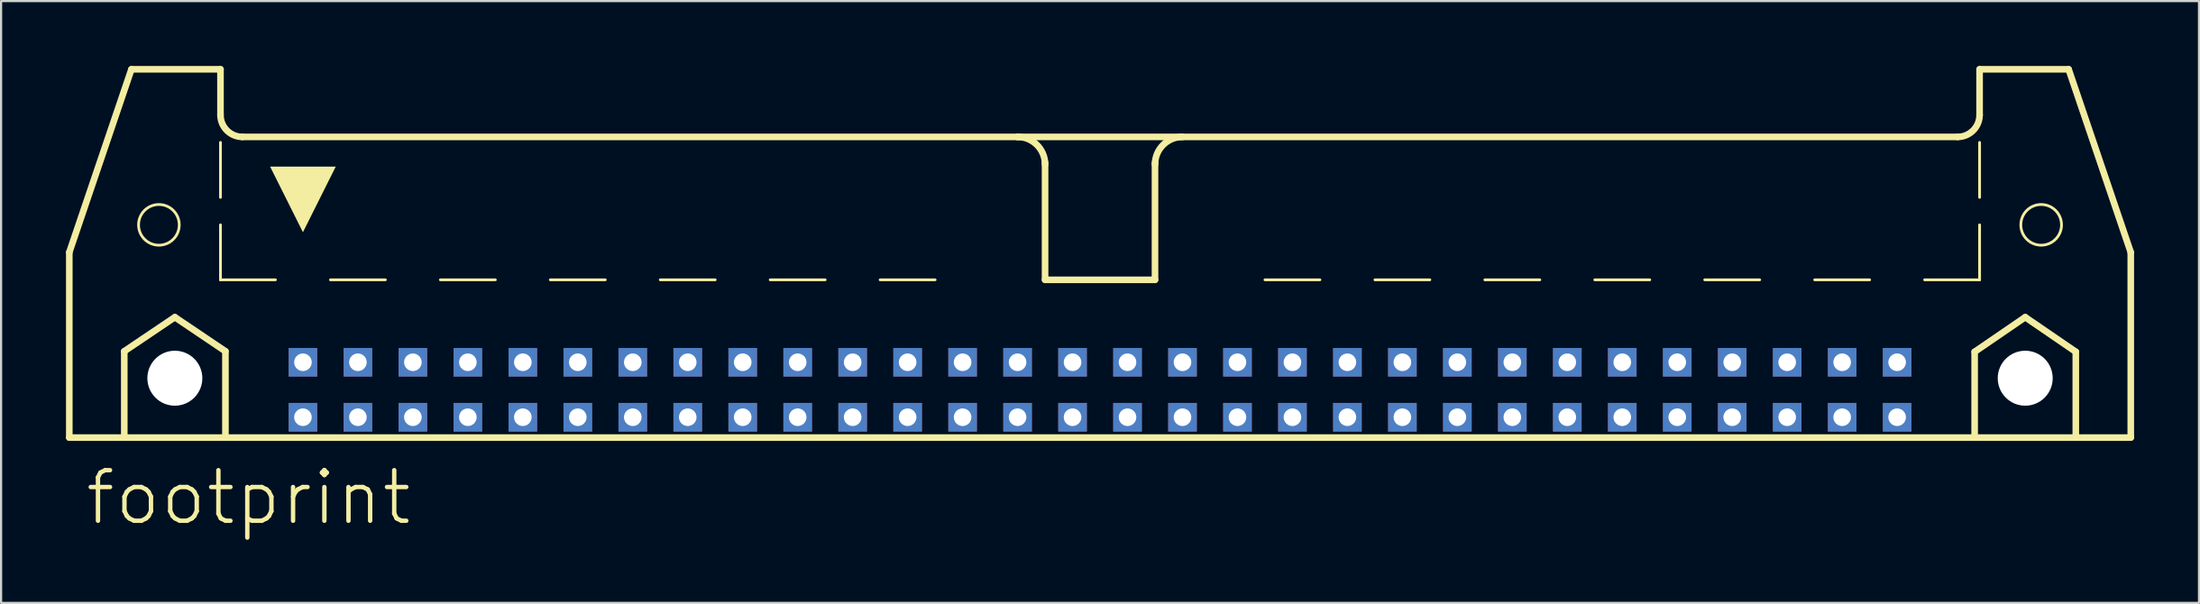
<source format=kicad_pcb>
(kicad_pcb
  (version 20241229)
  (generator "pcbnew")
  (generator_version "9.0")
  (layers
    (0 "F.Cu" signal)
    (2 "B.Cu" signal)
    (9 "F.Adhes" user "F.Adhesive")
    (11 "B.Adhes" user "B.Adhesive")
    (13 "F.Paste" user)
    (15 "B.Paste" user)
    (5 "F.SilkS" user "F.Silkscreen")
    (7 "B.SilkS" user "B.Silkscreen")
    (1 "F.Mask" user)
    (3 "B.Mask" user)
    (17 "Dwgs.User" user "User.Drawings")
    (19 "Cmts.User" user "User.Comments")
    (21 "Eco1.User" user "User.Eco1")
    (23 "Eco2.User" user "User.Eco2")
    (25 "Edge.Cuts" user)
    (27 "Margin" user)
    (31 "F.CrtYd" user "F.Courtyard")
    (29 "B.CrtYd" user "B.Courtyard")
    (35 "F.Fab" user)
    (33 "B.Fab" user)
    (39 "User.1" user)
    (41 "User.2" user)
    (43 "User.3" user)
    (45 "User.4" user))
  (footprint "footprint"
    (layer "F.Cu")
    (at 47.777 11.151)
    (property "Reference" "footprint" (at -46.99 10.16 0) (layer "F.SilkS") (effects (font (size 2.337 2.337) (thickness 0.203)) (justify left bottom)))
    (fp_line (start -47.625 -2.54) (end -47.625 6.02) (stroke (width 0.305) (type solid)) (layer "F.SilkS"))
    (fp_line (start -47.625 -2.54) (end -44.755 -10.998) (stroke (width 0.305) (type solid)) (layer "F.SilkS"))
    (fp_line (start -47.625 6.02) (end -45.085 6.02) (stroke (width 0.305) (type solid)) (layer "F.SilkS"))
    (fp_line (start -45.085 2.032) (end -42.748 0.457) (stroke (width 0.305) (type solid)) (layer "F.SilkS"))
    (fp_line (start -45.085 6.02) (end -45.085 2.032) (stroke (width 0.305) (type solid)) (layer "F.SilkS"))
    (fp_line (start -45.085 6.02) (end -40.411 6.02) (stroke (width 0.305) (type solid)) (layer "F.SilkS"))
    (fp_line (start -42.748 0.457) (end -40.411 2.032) (stroke (width 0.305) (type solid)) (layer "F.SilkS"))
    (fp_line (start -40.64 -10.998) (end -44.755 -10.998) (stroke (width 0.305) (type solid)) (layer "F.SilkS"))
    (fp_line (start -40.64 -8.89) (end -40.64 -10.998) (stroke (width 0.305) (type solid)) (layer "F.SilkS"))
    (fp_line (start -40.64 -5.08) (end -40.64 -7.62) (stroke (width 0.127) (type solid)) (layer "F.SilkS"))
    (fp_line (start -40.64 -1.27) (end -40.64 -3.81) (stroke (width 0.127) (type solid)) (layer "F.SilkS"))
    (fp_line (start -40.64 -1.27) (end -38.1 -1.27) (stroke (width 0.127) (type solid)) (layer "F.SilkS"))
    (fp_line (start -40.411 2.032) (end -40.411 6.02) (stroke (width 0.305) (type solid)) (layer "F.SilkS"))
    (fp_line (start -40.411 6.02) (end 40.411 6.02) (stroke (width 0.305) (type solid)) (layer "F.SilkS"))
    (fp_line (start -35.56 -1.27) (end -33.02 -1.27) (stroke (width 0.127) (type solid)) (layer "F.SilkS"))
    (fp_line (start -30.48 -1.27) (end -27.94 -1.27) (stroke (width 0.127) (type solid)) (layer "F.SilkS"))
    (fp_line (start -25.4 -1.27) (end -22.86 -1.27) (stroke (width 0.127) (type solid)) (layer "F.SilkS"))
    (fp_line (start -20.32 -1.27) (end -17.78 -1.27) (stroke (width 0.127) (type solid)) (layer "F.SilkS"))
    (fp_line (start -12.7 -1.27) (end -15.24 -1.27) (stroke (width 0.127) (type solid)) (layer "F.SilkS"))
    (fp_line (start -7.62 -1.27) (end -10.16 -1.27) (stroke (width 0.127) (type solid)) (layer "F.SilkS"))
    (fp_line (start -3.81 -7.874) (end -39.624 -7.874) (stroke (width 0.305) (type solid)) (layer "F.SilkS"))
    (fp_line (start -3.81 -7.874) (end 39.624 -7.874) (stroke (width 0.305) (type solid)) (layer "F.SilkS"))
    (fp_line (start -2.54 -1.27) (end -2.54 -6.68) (stroke (width 0.305) (type solid)) (layer "F.SilkS"))
    (fp_line (start 2.54 -1.27) (end -2.54 -1.27) (stroke (width 0.305) (type solid)) (layer "F.SilkS"))
    (fp_line (start 2.54 -1.27) (end 2.54 -6.68) (stroke (width 0.305) (type solid)) (layer "F.SilkS"))
    (fp_line (start 7.62 -1.27) (end 10.16 -1.27) (stroke (width 0.127) (type solid)) (layer "F.SilkS"))
    (fp_line (start 12.7 -1.27) (end 15.24 -1.27) (stroke (width 0.127) (type solid)) (layer "F.SilkS"))
    (fp_line (start 20.32 -1.27) (end 17.78 -1.27) (stroke (width 0.127) (type solid)) (layer "F.SilkS"))
    (fp_line (start 25.4 -1.27) (end 22.86 -1.27) (stroke (width 0.127) (type solid)) (layer "F.SilkS"))
    (fp_line (start 30.48 -1.27) (end 27.94 -1.27) (stroke (width 0.127) (type solid)) (layer "F.SilkS"))
    (fp_line (start 35.56 -1.27) (end 33.02 -1.27) (stroke (width 0.127) (type solid)) (layer "F.SilkS"))
    (fp_line (start 40.411 2.057) (end 42.748 0.457) (stroke (width 0.305) (type solid)) (layer "F.SilkS"))
    (fp_line (start 40.411 6.02) (end 40.411 2.057) (stroke (width 0.305) (type solid)) (layer "F.SilkS"))
    (fp_line (start 40.411 6.02) (end 45.085 6.02) (stroke (width 0.305) (type solid)) (layer "F.SilkS"))
    (fp_line (start 40.64 -10.998) (end 44.755 -10.998) (stroke (width 0.305) (type solid)) (layer "F.SilkS"))
    (fp_line (start 40.64 -8.89) (end 40.64 -10.998) (stroke (width 0.305) (type solid)) (layer "F.SilkS"))
    (fp_line (start 40.64 -5.08) (end 40.64 -7.62) (stroke (width 0.127) (type solid)) (layer "F.SilkS"))
    (fp_line (start 40.64 -1.27) (end 38.1 -1.27) (stroke (width 0.127) (type solid)) (layer "F.SilkS"))
    (fp_line (start 40.64 -1.27) (end 40.64 -3.81) (stroke (width 0.127) (type solid)) (layer "F.SilkS"))
    (fp_line (start 42.748 0.457) (end 45.085 2.057) (stroke (width 0.305) (type solid)) (layer "F.SilkS"))
    (fp_line (start 45.085 2.057) (end 45.085 6.02) (stroke (width 0.305) (type solid)) (layer "F.SilkS"))
    (fp_line (start 45.085 6.02) (end 47.625 6.02) (stroke (width 0.305) (type solid)) (layer "F.SilkS"))
    (fp_line (start 47.625 -2.54) (end 44.755 -10.998) (stroke (width 0.305) (type solid)) (layer "F.SilkS"))
    (fp_line (start 47.625 6.02) (end 47.625 -2.54) (stroke (width 0.305) (type solid)) (layer "F.SilkS"))
    (fp_arc (start -39.624 -7.874) (mid -40.34242 -8.17158) (end -40.64 -8.89) (stroke (width 0.3048) (type solid)) (layer "F.SilkS"))
    (fp_arc (start -3.81 -7.874) (mid -2.911974 -7.502026) (end -2.54 -6.604) (stroke (width 0.3048) (type solid)) (layer "F.SilkS"))
    (fp_arc (start 2.54 -6.604) (mid 2.911974 -7.502026) (end 3.81 -7.874) (stroke (width 0.3048) (type solid)) (layer "F.SilkS"))
    (fp_arc (start 40.64 -8.89) (mid 40.34242 -8.17158) (end 39.624 -7.874) (stroke (width 0.3048) (type solid)) (layer "F.SilkS"))
    (fp_circle (center -43.485 -3.81) (end -42.545 -3.81) (stroke (width 0.127) (type solid)) (fill no) (layer "F.SilkS"))
    (fp_circle (center 43.485 -3.81) (end 44.425 -3.81) (stroke (width 0.127) (type solid)) (fill no) (layer "F.SilkS"))
    (fp_poly (pts (xy -36.83 -3.469) (xy -38.347 -6.502) (xy -35.313 -6.502)) (stroke (width 0) (type solid)) (fill yes) (layer "F.SilkS"))
    (pad "" np_thru_hole circle (at -42.748 3.277) (size 2.54 2.54) (drill 2.54) (layers "*.Cu" "*.Mask"))
    (pad "" np_thru_hole circle (at 42.748 3.277) (size 2.54 2.54) (drill 2.54) (layers "*.Cu" "*.Mask"))
    (pad "1" thru_hole rect (at -36.83 5.08) (size 1.321 1.321) (drill 0.813) (layers "*.Cu" "*.Mask"))
    (pad "2" thru_hole rect (at -36.83 2.54) (size 1.321 1.321) (drill 0.813) (layers "*.Cu" "*.Mask"))
    (pad "3" thru_hole rect (at -34.29 5.08) (size 1.321 1.321) (drill 0.813) (layers "*.Cu" "*.Mask"))
    (pad "4" thru_hole rect (at -34.29 2.54) (size 1.321 1.321) (drill 0.813) (layers "*.Cu" "*.Mask"))
    (pad "5" thru_hole rect (at -31.75 5.08) (size 1.321 1.321) (drill 0.813) (layers "*.Cu" "*.Mask"))
    (pad "6" thru_hole rect (at -31.75 2.54) (size 1.321 1.321) (drill 0.813) (layers "*.Cu" "*.Mask"))
    (pad "7" thru_hole rect (at -29.21 5.08) (size 1.321 1.321) (drill 0.813) (layers "*.Cu" "*.Mask"))
    (pad "8" thru_hole rect (at -29.21 2.54) (size 1.321 1.321) (drill 0.813) (layers "*.Cu" "*.Mask"))
    (pad "9" thru_hole rect (at -26.67 5.08) (size 1.321 1.321) (drill 0.813) (layers "*.Cu" "*.Mask"))
    (pad "10" thru_hole rect (at -26.67 2.54) (size 1.321 1.321) (drill 0.813) (layers "*.Cu" "*.Mask"))
    (pad "11" thru_hole rect (at -24.13 5.08) (size 1.321 1.321) (drill 0.813) (layers "*.Cu" "*.Mask"))
    (pad "12" thru_hole rect (at -24.13 2.54) (size 1.321 1.321) (drill 0.813) (layers "*.Cu" "*.Mask"))
    (pad "13" thru_hole rect (at -21.59 5.08) (size 1.321 1.321) (drill 0.813) (layers "*.Cu" "*.Mask"))
    (pad "14" thru_hole rect (at -21.59 2.54) (size 1.321 1.321) (drill 0.813) (layers "*.Cu" "*.Mask"))
    (pad "15" thru_hole rect (at -19.05 5.08) (size 1.321 1.321) (drill 0.813) (layers "*.Cu" "*.Mask"))
    (pad "16" thru_hole rect (at -19.05 2.54) (size 1.321 1.321) (drill 0.813) (layers "*.Cu" "*.Mask"))
    (pad "17" thru_hole rect (at -16.51 5.08) (size 1.321 1.321) (drill 0.813) (layers "*.Cu" "*.Mask"))
    (pad "18" thru_hole rect (at -16.51 2.54) (size 1.321 1.321) (drill 0.813) (layers "*.Cu" "*.Mask"))
    (pad "19" thru_hole rect (at -13.97 5.08) (size 1.321 1.321) (drill 0.813) (layers "*.Cu" "*.Mask"))
    (pad "20" thru_hole rect (at -13.97 2.54) (size 1.321 1.321) (drill 0.813) (layers "*.Cu" "*.Mask"))
    (pad "21" thru_hole rect (at -11.43 5.08) (size 1.321 1.321) (drill 0.813) (layers "*.Cu" "*.Mask"))
    (pad "22" thru_hole rect (at -11.43 2.54) (size 1.321 1.321) (drill 0.813) (layers "*.Cu" "*.Mask"))
    (pad "23" thru_hole rect (at -8.89 5.08) (size 1.321 1.321) (drill 0.813) (layers "*.Cu" "*.Mask"))
    (pad "24" thru_hole rect (at -8.89 2.54) (size 1.321 1.321) (drill 0.813) (layers "*.Cu" "*.Mask"))
    (pad "25" thru_hole rect (at -6.35 5.08) (size 1.321 1.321) (drill 0.813) (layers "*.Cu" "*.Mask"))
    (pad "26" thru_hole rect (at -6.35 2.54) (size 1.321 1.321) (drill 0.813) (layers "*.Cu" "*.Mask"))
    (pad "27" thru_hole rect (at -3.81 5.08) (size 1.321 1.321) (drill 0.813) (layers "*.Cu" "*.Mask"))
    (pad "28" thru_hole rect (at -3.81 2.54) (size 1.321 1.321) (drill 0.813) (layers "*.Cu" "*.Mask"))
    (pad "29" thru_hole rect (at -1.27 5.08) (size 1.321 1.321) (drill 0.813) (layers "*.Cu" "*.Mask"))
    (pad "30" thru_hole rect (at -1.27 2.54) (size 1.321 1.321) (drill 0.813) (layers "*.Cu" "*.Mask"))
    (pad "31" thru_hole rect (at 1.27 5.08) (size 1.321 1.321) (drill 0.813) (layers "*.Cu" "*.Mask"))
    (pad "32" thru_hole rect (at 1.27 2.54) (size 1.321 1.321) (drill 0.813) (layers "*.Cu" "*.Mask"))
    (pad "33" thru_hole rect (at 3.81 5.08) (size 1.321 1.321) (drill 0.813) (layers "*.Cu" "*.Mask"))
    (pad "34" thru_hole rect (at 3.81 2.54) (size 1.321 1.321) (drill 0.813) (layers "*.Cu" "*.Mask"))
    (pad "35" thru_hole rect (at 6.35 5.08) (size 1.321 1.321) (drill 0.813) (layers "*.Cu" "*.Mask"))
    (pad "36" thru_hole rect (at 6.35 2.54) (size 1.321 1.321) (drill 0.813) (layers "*.Cu" "*.Mask"))
    (pad "37" thru_hole rect (at 8.89 5.08) (size 1.321 1.321) (drill 0.813) (layers "*.Cu" "*.Mask"))
    (pad "38" thru_hole rect (at 8.89 2.54) (size 1.321 1.321) (drill 0.813) (layers "*.Cu" "*.Mask"))
    (pad "39" thru_hole rect (at 11.43 5.08) (size 1.321 1.321) (drill 0.813) (layers "*.Cu" "*.Mask"))
    (pad "40" thru_hole rect (at 11.43 2.54) (size 1.321 1.321) (drill 0.813) (layers "*.Cu" "*.Mask"))
    (pad "41" thru_hole rect (at 13.97 5.08) (size 1.321 1.321) (drill 0.813) (layers "*.Cu" "*.Mask"))
    (pad "42" thru_hole rect (at 13.97 2.54) (size 1.321 1.321) (drill 0.813) (layers "*.Cu" "*.Mask"))
    (pad "43" thru_hole rect (at 16.51 5.08) (size 1.321 1.321) (drill 0.813) (layers "*.Cu" "*.Mask"))
    (pad "44" thru_hole rect (at 16.51 2.54) (size 1.321 1.321) (drill 0.813) (layers "*.Cu" "*.Mask"))
    (pad "45" thru_hole rect (at 19.05 5.08) (size 1.321 1.321) (drill 0.813) (layers "*.Cu" "*.Mask"))
    (pad "46" thru_hole rect (at 19.05 2.54) (size 1.321 1.321) (drill 0.813) (layers "*.Cu" "*.Mask"))
    (pad "47" thru_hole rect (at 21.59 5.08) (size 1.321 1.321) (drill 0.813) (layers "*.Cu" "*.Mask"))
    (pad "48" thru_hole rect (at 21.59 2.54) (size 1.321 1.321) (drill 0.813) (layers "*.Cu" "*.Mask"))
    (pad "49" thru_hole rect (at 24.13 5.08) (size 1.321 1.321) (drill 0.813) (layers "*.Cu" "*.Mask"))
    (pad "50" thru_hole rect (at 24.13 2.54) (size 1.321 1.321) (drill 0.813) (layers "*.Cu" "*.Mask"))
    (pad "51" thru_hole rect (at 26.67 5.08) (size 1.321 1.321) (drill 0.813) (layers "*.Cu" "*.Mask"))
    (pad "52" thru_hole rect (at 26.67 2.54) (size 1.321 1.321) (drill 0.813) (layers "*.Cu" "*.Mask"))
    (pad "53" thru_hole rect (at 29.21 5.08) (size 1.321 1.321) (drill 0.813) (layers "*.Cu" "*.Mask"))
    (pad "54" thru_hole rect (at 29.21 2.54) (size 1.321 1.321) (drill 0.813) (layers "*.Cu" "*.Mask"))
    (pad "55" thru_hole rect (at 31.75 5.08) (size 1.321 1.321) (drill 0.813) (layers "*.Cu" "*.Mask"))
    (pad "56" thru_hole rect (at 31.75 2.54) (size 1.321 1.321) (drill 0.813) (layers "*.Cu" "*.Mask"))
    (pad "57" thru_hole rect (at 34.29 5.08) (size 1.321 1.321) (drill 0.813) (layers "*.Cu" "*.Mask"))
    (pad "58" thru_hole rect (at 34.29 2.54) (size 1.321 1.321) (drill 0.813) (layers "*.Cu" "*.Mask"))
    (pad "59" thru_hole rect (at 36.83 5.08) (size 1.321 1.321) (drill 0.813) (layers "*.Cu" "*.Mask"))
    (pad "60" thru_hole rect (at 36.83 2.54) (size 1.321 1.321) (drill 0.813) (layers "*.Cu" "*.Mask"))
    (zone (net_name "") (layer "B.Cu") (hatch edge 0.508) (connect_pads) (min_thickness 0.254) (filled_areas_thickness no) (keepout (tracks not_allowed) (vias not_allowed) (pads not_allowed) (copperpour not_allowed) (footprints allowed)) (placement (enabled no)) (fill) (polygon (pts (xy 7.595 14.427) (xy 7.556 13.982) (xy 7.44 13.55) (xy 7.251 13.145) (xy 6.994 12.778) (xy 6.678 12.462) (xy 6.312 12.205) (xy 5.907 12.017) (xy 5.475 11.901) (xy 5.029 11.862) (xy 4.584 11.901) (xy 4.152 12.017) (xy 3.747 12.205) (xy 3.38 12.462) (xy 3.064 12.778) (xy 2.807 13.145) (xy 2.619 13.55) (xy 2.503 13.982) (xy 2.464 14.427) (xy 2.503 14.873) (xy 2.619 15.305) (xy 2.807 15.71) (xy 3.064 16.076) (xy 3.38 16.392) (xy 3.747 16.649) (xy 4.152 16.838) (xy 4.584 16.954) (xy 5.029 16.993) (xy 5.475 16.954) (xy 5.907 16.838) (xy 6.312 16.649) (xy 6.678 16.392) (xy 6.994 16.076) (xy 7.251 15.71) (xy 7.44 15.305) (xy 7.556 14.873))) (polygon (pts (xy 6.325 14.427) (xy 6.305 14.202) (xy 6.246 13.984) (xy 6.151 13.78) (xy 6.022 13.595) (xy 5.862 13.435) (xy 5.677 13.305) (xy 5.472 13.21) (xy 5.254 13.151) (xy 5.029 13.132) (xy 4.804 13.151) (xy 4.586 13.21) (xy 4.381 13.305) (xy 4.197 13.435) (xy 4.037 13.595) (xy 3.907 13.78) (xy 3.812 13.984) (xy 3.753 14.202) (xy 3.734 14.427) (xy 3.753 14.652) (xy 3.812 14.87) (xy 3.907 15.075) (xy 4.037 15.26) (xy 4.197 15.42) (xy 4.381 15.549) (xy 4.586 15.644) (xy 4.804 15.703) (xy 5.029 15.723) (xy 5.254 15.703) (xy 5.472 15.644) (xy 5.677 15.549) (xy 5.862 15.42) (xy 6.022 15.26) (xy 6.151 15.075) (xy 6.246 14.87) (xy 6.305 14.652))))
    (zone (net_name "") (layer "B.Cu") (hatch edge 0.508) (connect_pads) (min_thickness 0.254) (filled_areas_thickness no) (keepout (tracks not_allowed) (vias not_allowed) (pads not_allowed) (copperpour not_allowed) (footprints allowed)) (placement (enabled no)) (fill) (polygon (pts (xy 93.091 14.427) (xy 93.052 13.982) (xy 92.936 13.55) (xy 92.747 13.145) (xy 92.491 12.778) (xy 92.175 12.462) (xy 91.808 12.205) (xy 91.403 12.017) (xy 90.971 11.901) (xy 90.526 11.862) (xy 90.08 11.901) (xy 89.648 12.017) (xy 89.243 12.205) (xy 88.877 12.462) (xy 88.56 12.778) (xy 88.304 13.145) (xy 88.115 13.55) (xy 87.999 13.982) (xy 87.96 14.427) (xy 87.999 14.873) (xy 88.115 15.305) (xy 88.304 15.71) (xy 88.56 16.076) (xy 88.877 16.392) (xy 89.243 16.649) (xy 89.648 16.838) (xy 90.08 16.954) (xy 90.526 16.993) (xy 90.971 16.954) (xy 91.403 16.838) (xy 91.808 16.649) (xy 92.175 16.392) (xy 92.491 16.076) (xy 92.747 15.71) (xy 92.936 15.305) (xy 93.052 14.873))) (polygon (pts (xy 91.821 14.427) (xy 91.801 14.202) (xy 91.743 13.984) (xy 91.647 13.78) (xy 91.518 13.595) (xy 91.358 13.435) (xy 91.173 13.305) (xy 90.969 13.21) (xy 90.751 13.151) (xy 90.526 13.132) (xy 90.301 13.151) (xy 90.083 13.21) (xy 89.878 13.305) (xy 89.693 13.435) (xy 89.533 13.595) (xy 89.404 13.78) (xy 89.308 13.984) (xy 89.25 14.202) (xy 89.23 14.427) (xy 89.25 14.652) (xy 89.308 14.87) (xy 89.404 15.075) (xy 89.533 15.26) (xy 89.693 15.42) (xy 89.878 15.549) (xy 90.083 15.644) (xy 90.301 15.703) (xy 90.526 15.723) (xy 90.751 15.703) (xy 90.969 15.644) (xy 91.173 15.549) (xy 91.358 15.42) (xy 91.518 15.26) (xy 91.647 15.075) (xy 91.743 14.87) (xy 91.801 14.652)))))
  (gr_rect
    (start -3 -3)
    (end 98.555 24.811)
    (stroke (width 0.1) (type default))
    (fill no)
    (layer "Edge.Cuts")))
</source>
